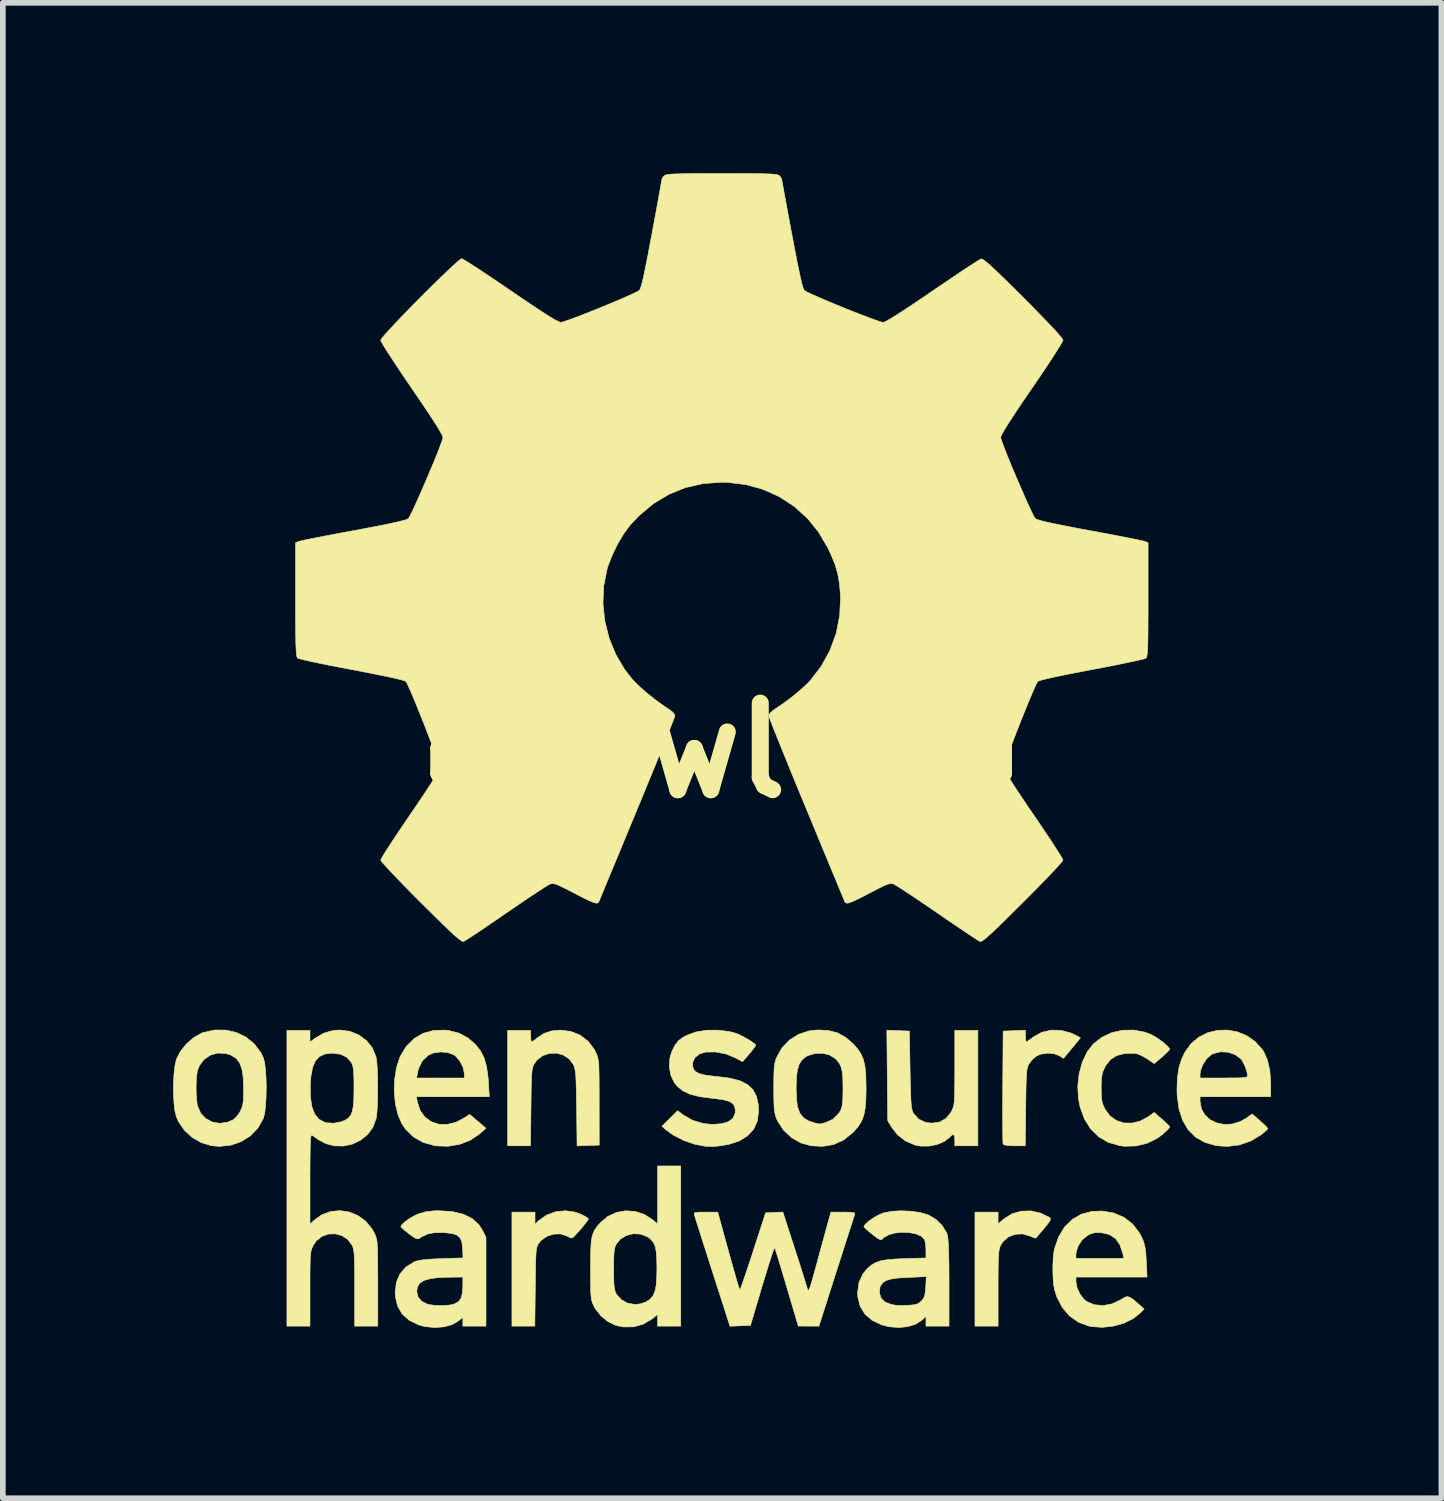
<source format=kicad_pcb>
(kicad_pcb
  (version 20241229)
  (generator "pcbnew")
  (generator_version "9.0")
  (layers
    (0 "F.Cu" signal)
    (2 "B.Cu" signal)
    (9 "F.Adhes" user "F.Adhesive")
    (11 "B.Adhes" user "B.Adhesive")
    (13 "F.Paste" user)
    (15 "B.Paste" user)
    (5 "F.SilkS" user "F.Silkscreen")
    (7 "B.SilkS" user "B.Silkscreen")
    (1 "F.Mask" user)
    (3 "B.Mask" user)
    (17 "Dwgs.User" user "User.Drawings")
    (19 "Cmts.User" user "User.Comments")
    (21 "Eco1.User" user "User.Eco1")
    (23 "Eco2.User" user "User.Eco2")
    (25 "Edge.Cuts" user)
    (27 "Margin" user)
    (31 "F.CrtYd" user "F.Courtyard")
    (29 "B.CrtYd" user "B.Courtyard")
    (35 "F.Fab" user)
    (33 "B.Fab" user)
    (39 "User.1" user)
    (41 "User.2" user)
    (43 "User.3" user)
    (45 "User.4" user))
  (footprint "oshwlogo"
    (layer "F.Cu")
    (at 9.647 10.165)
    (property "Reference" "oshwlogo" (at 0 0 0) (layer "F.SilkS") (effects (font (size 1.524 1.524) (thickness 0.3))))
    (attr through_hole)
    (fp_poly (pts (xy 5.623 8.144) (xy 5.785 8.223) (xy 5.789 8.227) (xy 5.801 8.246) (xy 5.79 8.28) (xy 5.751 8.336) (xy 5.689 8.412) (xy 5.625 8.487) (xy 5.575 8.546) (xy 5.547 8.58) (xy 5.544 8.583) (xy 5.519 8.581) (xy 5.465 8.56) (xy 5.447 8.552) (xy 5.314 8.512) (xy 5.182 8.517) (xy 5.062 8.562) (xy 4.965 8.645) (xy 4.921 8.713) (xy 4.908 8.745) (xy 4.897 8.786) (xy 4.889 8.841) (xy 4.884 8.917) (xy 4.88 9.021) (xy 4.878 9.158) (xy 4.877 9.336) (xy 4.877 9.468) (xy 4.877 10.135) (xy 4.47 10.135) (xy 4.47 8.128) (xy 4.877 8.128) (xy 4.877 8.335) (xy 4.979 8.247) (xy 5.121 8.158) (xy 5.281 8.111) (xy 5.452 8.106) (xy 5.623 8.144)) (stroke (width 0.01) (type solid)) (fill yes) (layer "F.SilkS"))
    (fp_poly (pts (xy -2.571 8.128) (xy -2.47 8.165) (xy -2.398 8.201) (xy -2.35 8.231) (xy -2.337 8.244) (xy -2.352 8.275) (xy -2.393 8.33) (xy -2.448 8.399) (xy -2.509 8.47) (xy -2.566 8.532) (xy -2.609 8.573) (xy -2.627 8.584) (xy -2.668 8.572) (xy -2.718 8.547) (xy -2.828 8.511) (xy -2.949 8.515) (xy -3.068 8.554) (xy -3.168 8.624) (xy -3.203 8.665) (xy -3.221 8.691) (xy -3.235 8.719) (xy -3.246 8.753) (xy -3.254 8.801) (xy -3.26 8.868) (xy -3.264 8.961) (xy -3.267 9.086) (xy -3.269 9.251) (xy -3.272 9.442) (xy -3.28 10.135) (xy -3.683 10.135) (xy -3.683 8.128) (xy -3.277 8.128) (xy -3.277 8.341) (xy -3.207 8.274) (xy -3.071 8.178) (xy -2.912 8.121) (xy -2.742 8.103) (xy -2.571 8.128)) (stroke (width 0.01) (type solid)) (fill yes) (layer "F.SilkS"))
    (fp_poly (pts (xy 3.315 4.94) (xy 3.327 5.626) (xy 3.332 5.834) (xy 3.336 5.997) (xy 3.34 6.122) (xy 3.346 6.215) (xy 3.353 6.282) (xy 3.363 6.33) (xy 3.374 6.365) (xy 3.388 6.391) (xy 3.475 6.488) (xy 3.592 6.545) (xy 3.707 6.561) (xy 3.846 6.542) (xy 3.959 6.479) (xy 4.046 6.373) (xy 4.058 6.35) (xy 4.075 6.314) (xy 4.089 6.277) (xy 4.099 6.233) (xy 4.106 6.176) (xy 4.11 6.097) (xy 4.113 5.992) (xy 4.114 5.851) (xy 4.115 5.67) (xy 4.115 5.583) (xy 4.115 4.928) (xy 4.521 4.928) (xy 4.521 6.96) (xy 4.115 6.96) (xy 4.115 6.858) (xy 4.109 6.785) (xy 4.089 6.76) (xy 4.052 6.781) (xy 4.023 6.811) (xy 3.929 6.884) (xy 3.802 6.937) (xy 3.657 6.965) (xy 3.51 6.965) (xy 3.421 6.949) (xy 3.252 6.878) (xy 3.107 6.766) (xy 3.01 6.643) (xy 2.934 6.519) (xy 2.926 5.722) (xy 2.918 4.925) (xy 3.315 4.94)) (stroke (width 0.01) (type solid)) (fill yes) (layer "F.SilkS"))
    (fp_poly (pts (xy 5.987 4.927) (xy 6.161 4.975) (xy 6.218 5.001) (xy 6.327 5.057) (xy 6.251 5.151) (xy 6.185 5.232) (xy 6.116 5.316) (xy 6.102 5.333) (xy 6.027 5.421) (xy 5.956 5.374) (xy 5.863 5.338) (xy 5.748 5.329) (xy 5.632 5.346) (xy 5.558 5.376) (xy 5.489 5.432) (xy 5.429 5.505) (xy 5.424 5.513) (xy 5.408 5.542) (xy 5.396 5.576) (xy 5.386 5.621) (xy 5.379 5.683) (xy 5.374 5.769) (xy 5.37 5.884) (xy 5.367 6.036) (xy 5.364 6.231) (xy 5.364 6.28) (xy 5.355 6.96) (xy 5.166 6.96) (xy 5.051 6.955) (xy 4.984 6.943) (xy 4.965 6.928) (xy 4.962 6.896) (xy 4.96 6.819) (xy 4.959 6.703) (xy 4.958 6.553) (xy 4.957 6.375) (xy 4.958 6.176) (xy 4.959 5.959) (xy 4.959 5.918) (xy 4.966 4.94) (xy 5.163 4.933) (xy 5.359 4.925) (xy 5.359 5.028) (xy 5.362 5.092) (xy 5.369 5.128) (xy 5.372 5.131) (xy 5.397 5.117) (xy 5.45 5.08) (xy 5.497 5.045) (xy 5.645 4.962) (xy 5.812 4.923) (xy 5.987 4.927)) (stroke (width 0.01) (type solid)) (fill yes) (layer "F.SilkS"))
    (fp_poly (pts (xy -2.648 4.945) (xy -2.483 5.011) (xy -2.343 5.117) (xy -2.235 5.259) (xy -2.207 5.315) (xy -2.19 5.355) (xy -2.176 5.393) (xy -2.166 5.436) (xy -2.158 5.491) (xy -2.153 5.563) (xy -2.15 5.659) (xy -2.148 5.786) (xy -2.147 5.95) (xy -2.147 6.157) (xy -2.147 6.198) (xy -2.146 6.947) (xy -2.341 6.954) (xy -2.536 6.962) (xy -2.544 6.294) (xy -2.547 6.088) (xy -2.551 5.926) (xy -2.555 5.802) (xy -2.56 5.71) (xy -2.568 5.642) (xy -2.578 5.592) (xy -2.59 5.553) (xy -2.6 5.531) (xy -2.676 5.429) (xy -2.779 5.362) (xy -2.897 5.329) (xy -3.02 5.332) (xy -3.137 5.371) (xy -3.238 5.445) (xy -3.288 5.513) (xy -3.304 5.542) (xy -3.316 5.576) (xy -3.326 5.621) (xy -3.333 5.682) (xy -3.338 5.768) (xy -3.342 5.883) (xy -3.345 6.034) (xy -3.347 6.229) (xy -3.348 6.28) (xy -3.356 6.96) (xy -3.759 6.96) (xy -3.759 4.928) (xy -3.353 4.928) (xy -3.353 5.029) (xy -3.349 5.093) (xy -3.341 5.128) (xy -3.337 5.131) (xy -3.31 5.116) (xy -3.261 5.079) (xy -3.242 5.063) (xy -3.118 4.981) (xy -2.981 4.936) (xy -2.832 4.923) (xy -2.648 4.945)) (stroke (width 0.01) (type solid)) (fill yes) (layer "F.SilkS"))
    (fp_poly (pts (xy -4.792 4.931) (xy -4.611 4.978) (xy -4.458 5.06) (xy -4.329 5.172) (xy -4.239 5.283) (xy -4.174 5.411) (xy -4.13 5.565) (xy -4.103 5.756) (xy -4.098 5.831) (xy -4.082 6.096) (xy -5.365 6.096) (xy -5.347 6.191) (xy -5.298 6.34) (xy -5.214 6.456) (xy -5.103 6.536) (xy -4.971 6.58) (xy -4.825 6.584) (xy -4.671 6.546) (xy -4.526 6.471) (xy -4.428 6.406) (xy -4.284 6.528) (xy -4.141 6.651) (xy -4.257 6.754) (xy -4.416 6.861) (xy -4.603 6.934) (xy -4.807 6.968) (xy -5.015 6.961) (xy -5.043 6.957) (xy -5.244 6.901) (xy -5.415 6.805) (xy -5.554 6.67) (xy -5.621 6.571) (xy -5.691 6.409) (xy -5.736 6.216) (xy -5.755 6.005) (xy -5.748 5.79) (xy -5.744 5.766) (xy -5.362 5.766) (xy -4.521 5.766) (xy -4.521 5.689) (xy -4.541 5.585) (xy -4.594 5.478) (xy -4.666 5.389) (xy -4.706 5.358) (xy -4.813 5.318) (xy -4.938 5.307) (xy -5.062 5.324) (xy -5.157 5.366) (xy -5.261 5.465) (xy -5.327 5.598) (xy -5.345 5.671) (xy -5.362 5.766) (xy -5.744 5.766) (xy -5.716 5.585) (xy -5.657 5.402) (xy -5.65 5.386) (xy -5.544 5.21) (xy -5.408 5.074) (xy -5.246 4.979) (xy -5.061 4.928) (xy -4.859 4.923) (xy -4.792 4.931)) (stroke (width 0.01) (type solid)) (fill yes) (layer "F.SilkS"))
    (fp_poly (pts (xy 7.465 4.96) (xy 7.575 5.003) (xy 7.65 5.045) (xy 7.731 5.099) (xy 7.807 5.157) (xy 7.866 5.211) (xy 7.897 5.25) (xy 7.899 5.258) (xy 7.881 5.284) (xy 7.834 5.332) (xy 7.767 5.392) (xy 7.763 5.396) (xy 7.626 5.513) (xy 7.494 5.423) (xy 7.408 5.374) (xy 7.327 5.34) (xy 7.281 5.33) (xy 7.105 5.335) (xy 6.966 5.371) (xy 6.858 5.439) (xy 6.775 5.543) (xy 6.758 5.575) (xy 6.726 5.643) (xy 6.707 5.708) (xy 6.697 5.787) (xy 6.693 5.894) (xy 6.693 5.944) (xy 6.695 6.065) (xy 6.702 6.152) (xy 6.718 6.221) (xy 6.745 6.286) (xy 6.758 6.312) (xy 6.845 6.432) (xy 6.961 6.515) (xy 7.095 6.558) (xy 7.241 6.56) (xy 7.39 6.52) (xy 7.513 6.452) (xy 7.625 6.373) (xy 7.762 6.491) (xy 7.83 6.551) (xy 7.879 6.599) (xy 7.899 6.626) (xy 7.899 6.627) (xy 7.881 6.657) (xy 7.832 6.706) (xy 7.766 6.763) (xy 7.694 6.817) (xy 7.684 6.824) (xy 7.505 6.914) (xy 7.306 6.962) (xy 7.098 6.968) (xy 7.016 6.957) (xy 6.818 6.9) (xy 6.648 6.8) (xy 6.506 6.661) (xy 6.397 6.486) (xy 6.321 6.278) (xy 6.292 6.132) (xy 6.28 5.91) (xy 6.304 5.691) (xy 6.36 5.487) (xy 6.446 5.306) (xy 6.548 5.173) (xy 6.698 5.052) (xy 6.875 4.969) (xy 7.068 4.925) (xy 7.268 4.922) (xy 7.465 4.96)) (stroke (width 0.01) (type solid)) (fill yes) (layer "F.SilkS"))
    (fp_poly (pts (xy 6.913 8.143) (xy 7.094 8.22) (xy 7.246 8.338) (xy 7.366 8.495) (xy 7.41 8.578) (xy 7.442 8.657) (xy 7.463 8.74) (xy 7.477 8.842) (xy 7.486 8.977) (xy 7.487 8.995) (xy 7.5 9.271) (xy 6.248 9.271) (xy 6.248 9.352) (xy 6.267 9.458) (xy 6.317 9.568) (xy 6.387 9.66) (xy 6.437 9.702) (xy 6.575 9.759) (xy 6.728 9.772) (xy 6.885 9.743) (xy 7.036 9.672) (xy 7.05 9.662) (xy 7.106 9.628) (xy 7.151 9.615) (xy 7.197 9.627) (xy 7.257 9.666) (xy 7.34 9.737) (xy 7.353 9.749) (xy 7.448 9.833) (xy 7.389 9.895) (xy 7.258 10.001) (xy 7.094 10.082) (xy 6.908 10.135) (xy 6.713 10.156) (xy 6.522 10.143) (xy 6.47 10.132) (xy 6.29 10.065) (xy 6.135 9.955) (xy 6.008 9.807) (xy 5.913 9.626) (xy 5.87 9.49) (xy 5.852 9.379) (xy 5.843 9.236) (xy 5.841 9.081) (xy 5.848 8.932) (xy 5.855 8.873) (xy 6.248 8.873) (xy 6.248 8.941) (xy 7.091 8.941) (xy 7.073 8.858) (xy 7.023 8.705) (xy 6.946 8.594) (xy 6.839 8.523) (xy 6.7 8.49) (xy 6.691 8.489) (xy 6.591 8.488) (xy 6.511 8.508) (xy 6.454 8.536) (xy 6.362 8.612) (xy 6.291 8.715) (xy 6.252 8.827) (xy 6.248 8.873) (xy 5.855 8.873) (xy 5.863 8.807) (xy 5.87 8.772) (xy 5.943 8.563) (xy 6.047 8.39) (xy 6.182 8.257) (xy 6.343 8.164) (xy 6.529 8.115) (xy 6.706 8.108) (xy 6.913 8.143)) (stroke (width 0.01) (type solid)) (fill yes) (layer "F.SilkS"))
    (fp_poly (pts (xy -8.721 4.922) (xy -8.534 4.965) (xy -8.365 5.047) (xy -8.22 5.166) (xy -8.106 5.317) (xy -8.06 5.41) (xy -8.038 5.495) (xy -8.023 5.617) (xy -8.013 5.766) (xy -8.009 5.928) (xy -8.012 6.091) (xy -8.02 6.243) (xy -8.035 6.371) (xy -8.056 6.464) (xy -8.06 6.477) (xy -8.155 6.645) (xy -8.286 6.782) (xy -8.446 6.884) (xy -8.628 6.948) (xy -8.827 6.97) (xy -8.973 6.958) (xy -9.151 6.905) (xy -9.315 6.811) (xy -9.453 6.683) (xy -9.557 6.529) (xy -9.593 6.444) (xy -9.618 6.34) (xy -9.634 6.199) (xy -9.642 6.036) (xy -9.642 5.989) (xy -9.244 5.989) (xy -9.237 6.123) (xy -9.224 6.234) (xy -9.218 6.261) (xy -9.163 6.386) (xy -9.074 6.48) (xy -8.96 6.541) (xy -8.83 6.564) (xy -8.694 6.546) (xy -8.598 6.505) (xy -8.54 6.457) (xy -8.484 6.384) (xy -8.465 6.35) (xy -8.439 6.294) (xy -8.422 6.235) (xy -8.413 6.163) (xy -8.409 6.063) (xy -8.408 5.945) (xy -8.415 5.753) (xy -8.438 5.606) (xy -8.479 5.495) (xy -8.543 5.416) (xy -8.631 5.363) (xy -8.723 5.334) (xy -8.864 5.327) (xy -8.995 5.364) (xy -9.106 5.441) (xy -9.187 5.551) (xy -9.219 5.632) (xy -9.235 5.725) (xy -9.243 5.85) (xy -9.244 5.989) (xy -9.642 5.989) (xy -9.642 5.865) (xy -9.634 5.701) (xy -9.618 5.556) (xy -9.594 5.446) (xy -9.591 5.436) (xy -9.52 5.297) (xy -9.414 5.165) (xy -9.285 5.054) (xy -9.148 4.976) (xy -9.118 4.965) (xy -8.918 4.921) (xy -8.721 4.922)) (stroke (width 0.01) (type solid)) (fill yes) (layer "F.SilkS"))
    (fp_poly (pts (xy 9.091 4.954) (xy 9.256 5.022) (xy 9.405 5.126) (xy 9.531 5.267) (xy 9.555 5.303) (xy 9.62 5.45) (xy 9.662 5.637) (xy 9.677 5.859) (xy 9.677 5.874) (xy 9.677 6.096) (xy 8.433 6.096) (xy 8.433 6.173) (xy 8.455 6.305) (xy 8.517 6.415) (xy 8.61 6.5) (xy 8.727 6.557) (xy 8.859 6.584) (xy 9.001 6.576) (xy 9.142 6.533) (xy 9.241 6.477) (xy 9.35 6.4) (xy 9.488 6.52) (xy 9.556 6.58) (xy 9.605 6.629) (xy 9.626 6.655) (xy 9.627 6.656) (xy 9.608 6.68) (xy 9.56 6.723) (xy 9.509 6.765) (xy 9.329 6.874) (xy 9.126 6.944) (xy 8.91 6.971) (xy 8.718 6.957) (xy 8.52 6.901) (xy 8.354 6.807) (xy 8.222 6.674) (xy 8.124 6.505) (xy 8.059 6.298) (xy 8.029 6.055) (xy 8.027 5.956) (xy 8.035 5.753) (xy 8.044 5.698) (xy 8.433 5.698) (xy 8.433 5.766) (xy 8.852 5.766) (xy 9.007 5.765) (xy 9.119 5.764) (xy 9.194 5.76) (xy 9.239 5.753) (xy 9.262 5.743) (xy 9.27 5.728) (xy 9.27 5.721) (xy 9.255 5.644) (xy 9.221 5.55) (xy 9.178 5.466) (xy 9.153 5.431) (xy 9.052 5.355) (xy 8.926 5.312) (xy 8.793 5.305) (xy 8.666 5.337) (xy 8.624 5.359) (xy 8.549 5.427) (xy 8.485 5.525) (xy 8.443 5.63) (xy 8.433 5.698) (xy 8.044 5.698) (xy 8.062 5.582) (xy 8.11 5.43) (xy 8.168 5.309) (xy 8.276 5.159) (xy 8.413 5.046) (xy 8.569 4.968) (xy 8.74 4.927) (xy 8.916 4.922) (xy 9.091 4.954)) (stroke (width 0.01) (type solid)) (fill yes) (layer "F.SilkS"))
    (fp_poly (pts (xy -0.711 10.135) (xy -1.118 10.135) (xy -1.118 9.929) (xy -1.216 10.008) (xy -1.37 10.1) (xy -1.542 10.148) (xy -1.724 10.149) (xy -1.855 10.121) (xy -1.991 10.056) (xy -2.117 9.953) (xy -2.216 9.827) (xy -2.239 9.785) (xy -2.259 9.742) (xy -2.274 9.701) (xy -2.285 9.652) (xy -2.292 9.588) (xy -2.296 9.501) (xy -2.298 9.383) (xy -2.299 9.227) (xy -2.299 9.131) (xy -1.892 9.131) (xy -1.891 9.277) (xy -1.888 9.383) (xy -1.881 9.457) (xy -1.87 9.511) (xy -1.852 9.555) (xy -1.841 9.576) (xy -1.758 9.669) (xy -1.645 9.731) (xy -1.513 9.754) (xy -1.511 9.754) (xy -1.419 9.742) (xy -1.33 9.713) (xy -1.323 9.709) (xy -1.252 9.664) (xy -1.201 9.604) (xy -1.165 9.523) (xy -1.143 9.413) (xy -1.133 9.265) (xy -1.13 9.119) (xy -1.133 8.949) (xy -1.143 8.821) (xy -1.162 8.726) (xy -1.194 8.657) (xy -1.241 8.603) (xy -1.303 8.559) (xy -1.421 8.514) (xy -1.548 8.508) (xy -1.671 8.54) (xy -1.776 8.605) (xy -1.847 8.692) (xy -1.866 8.735) (xy -1.879 8.79) (xy -1.887 8.865) (xy -1.891 8.971) (xy -1.892 9.117) (xy -1.892 9.131) (xy -2.299 9.131) (xy -2.298 8.936) (xy -2.295 8.783) (xy -2.288 8.665) (xy -2.275 8.574) (xy -2.255 8.503) (xy -2.226 8.442) (xy -2.186 8.385) (xy -2.134 8.323) (xy -2.131 8.319) (xy -2 8.206) (xy -1.847 8.134) (xy -1.682 8.104) (xy -1.513 8.116) (xy -1.349 8.17) (xy -1.2 8.266) (xy -1.118 8.336) (xy -1.118 7.315) (xy -0.711 7.315) (xy -0.711 10.135)) (stroke (width 0.01) (type solid)) (fill yes) (layer "F.SilkS"))
    (fp_poly (pts (xy -4.735 8.118) (xy -4.539 8.164) (xy -4.382 8.242) (xy -4.264 8.351) (xy -4.204 8.444) (xy -4.14 8.57) (xy -4.14 10.135) (xy -4.547 10.135) (xy -4.547 9.978) (xy -4.624 10.042) (xy -4.737 10.109) (xy -4.882 10.148) (xy -5.045 10.16) (xy -5.213 10.143) (xy -5.328 10.112) (xy -5.491 10.033) (xy -5.614 9.923) (xy -5.696 9.783) (xy -5.735 9.616) (xy -5.739 9.538) (xy -5.738 9.525) (xy -5.359 9.525) (xy -5.336 9.623) (xy -5.27 9.7) (xy -5.168 9.75) (xy -5.152 9.754) (xy -5.039 9.77) (xy -4.91 9.774) (xy -4.787 9.765) (xy -4.7 9.746) (xy -4.625 9.705) (xy -4.577 9.64) (xy -4.553 9.54) (xy -4.547 9.43) (xy -4.547 9.271) (xy -4.769 9.273) (xy -4.968 9.279) (xy -5.121 9.299) (xy -5.232 9.331) (xy -5.307 9.38) (xy -5.348 9.446) (xy -5.359 9.525) (xy -5.738 9.525) (xy -5.717 9.362) (xy -5.653 9.213) (xy -5.548 9.093) (xy -5.403 9.004) (xy -5.397 9.001) (xy -5.335 8.982) (xy -5.249 8.967) (xy -5.13 8.956) (xy -4.971 8.948) (xy -4.92 8.946) (xy -4.544 8.934) (xy -4.552 8.769) (xy -4.564 8.658) (xy -4.595 8.581) (xy -4.651 8.532) (xy -4.741 8.503) (xy -4.873 8.489) (xy -4.899 8.488) (xy -5.051 8.49) (xy -5.172 8.514) (xy -5.277 8.565) (xy -5.311 8.588) (xy -5.34 8.599) (xy -5.38 8.588) (xy -5.44 8.55) (xy -5.495 8.51) (xy -5.566 8.454) (xy -5.617 8.408) (xy -5.639 8.382) (xy -5.639 8.382) (xy -5.618 8.345) (xy -5.563 8.295) (xy -5.486 8.24) (xy -5.399 8.19) (xy -5.322 8.156) (xy -5.199 8.121) (xy -5.058 8.105) (xy -4.97 8.103) (xy -4.735 8.118)) (stroke (width 0.01) (type solid)) (fill yes) (layer "F.SilkS"))
    (fp_poly (pts (xy 0.151 4.95) (xy 0.252 4.976) (xy 0.318 5.002) (xy 0.398 5.043) (xy 0.48 5.089) (xy 0.551 5.135) (xy 0.598 5.171) (xy 0.61 5.189) (xy 0.594 5.217) (xy 0.553 5.272) (xy 0.496 5.342) (xy 0.493 5.345) (xy 0.377 5.479) (xy 0.245 5.408) (xy 0.08 5.341) (xy -0.102 5.307) (xy -0.276 5.31) (xy -0.277 5.31) (xy -0.383 5.344) (xy -0.461 5.407) (xy -0.5 5.49) (xy -0.503 5.544) (xy -0.488 5.606) (xy -0.453 5.652) (xy -0.391 5.687) (xy -0.295 5.712) (xy -0.16 5.731) (xy -0.064 5.741) (xy 0.157 5.769) (xy 0.332 5.815) (xy 0.465 5.882) (xy 0.561 5.972) (xy 0.623 6.09) (xy 0.655 6.237) (xy 0.66 6.355) (xy 0.638 6.524) (xy 0.573 6.668) (xy 0.465 6.785) (xy 0.317 6.875) (xy 0.129 6.937) (xy -0.064 6.966) (xy -0.16 6.971) (xy -0.252 6.97) (xy -0.279 6.968) (xy -0.471 6.931) (xy -0.666 6.862) (xy -0.844 6.77) (xy -0.96 6.687) (xy -1.043 6.617) (xy -0.765 6.342) (xy -0.672 6.413) (xy -0.503 6.511) (xy -0.31 6.568) (xy -0.155 6.583) (xy 0.009 6.571) (xy 0.132 6.534) (xy 0.212 6.471) (xy 0.248 6.383) (xy 0.249 6.32) (xy 0.234 6.257) (xy 0.198 6.21) (xy 0.134 6.174) (xy 0.036 6.149) (xy -0.103 6.129) (xy -0.178 6.121) (xy -0.382 6.094) (xy -0.543 6.053) (xy -0.669 5.994) (xy -0.767 5.916) (xy -0.821 5.851) (xy -0.885 5.719) (xy -0.912 5.566) (xy -0.901 5.409) (xy -0.866 5.295) (xy -0.811 5.187) (xy -0.753 5.112) (xy -0.676 5.053) (xy -0.606 5.015) (xy -0.444 4.956) (xy -0.254 4.925) (xy -0.051 4.923) (xy 0.151 4.95)) (stroke (width 0.01) (type solid)) (fill yes) (layer "F.SilkS"))
    (fp_poly (pts (xy 1.894 4.931) (xy 2.051 4.972) (xy 2.19 5.048) (xy 2.316 5.156) (xy 2.399 5.248) (xy 2.461 5.338) (xy 2.504 5.438) (xy 2.532 5.556) (xy 2.547 5.703) (xy 2.552 5.887) (xy 2.553 5.944) (xy 2.549 6.14) (xy 2.537 6.296) (xy 2.513 6.421) (xy 2.474 6.524) (xy 2.417 6.616) (xy 2.34 6.706) (xy 2.316 6.731) (xy 2.157 6.857) (xy 1.982 6.937) (xy 1.786 6.97) (xy 1.584 6.959) (xy 1.403 6.909) (xy 1.239 6.815) (xy 1.1 6.685) (xy 0.996 6.525) (xy 0.974 6.477) (xy 0.956 6.424) (xy 0.943 6.363) (xy 0.934 6.285) (xy 0.929 6.179) (xy 0.927 6.037) (xy 0.927 5.944) (xy 0.927 5.942) (xy 1.321 5.942) (xy 1.321 5.944) (xy 1.327 6.132) (xy 1.347 6.278) (xy 1.387 6.387) (xy 1.45 6.466) (xy 1.54 6.522) (xy 1.663 6.562) (xy 1.727 6.576) (xy 1.757 6.571) (xy 1.818 6.557) (xy 1.841 6.551) (xy 1.971 6.491) (xy 2.072 6.389) (xy 2.104 6.337) (xy 2.123 6.291) (xy 2.136 6.226) (xy 2.143 6.133) (xy 2.146 6.003) (xy 2.146 5.944) (xy 2.144 5.787) (xy 2.135 5.67) (xy 2.117 5.583) (xy 2.087 5.515) (xy 2.041 5.456) (xy 2.003 5.418) (xy 1.905 5.359) (xy 1.783 5.33) (xy 1.652 5.334) (xy 1.53 5.371) (xy 1.486 5.395) (xy 1.42 5.452) (xy 1.373 5.527) (xy 1.343 5.628) (xy 1.326 5.764) (xy 1.321 5.942) (xy 0.927 5.942) (xy 0.928 5.778) (xy 0.931 5.654) (xy 0.938 5.563) (xy 0.948 5.493) (xy 0.964 5.438) (xy 0.974 5.41) (xy 1.07 5.238) (xy 1.202 5.099) (xy 1.364 4.997) (xy 1.55 4.936) (xy 1.707 4.92) (xy 1.894 4.931)) (stroke (width 0.01) (type solid)) (fill yes) (layer "F.SilkS"))
    (fp_poly (pts (xy 3.344 8.112) (xy 3.506 8.135) (xy 3.639 8.173) (xy 3.652 8.178) (xy 3.786 8.259) (xy 3.897 8.369) (xy 3.971 8.495) (xy 3.984 8.531) (xy 3.994 8.594) (xy 4.002 8.708) (xy 4.008 8.87) (xy 4.012 9.082) (xy 4.013 9.343) (xy 4.013 9.382) (xy 4.013 10.135) (xy 3.607 10.135) (xy 3.607 9.962) (xy 3.533 10.031) (xy 3.425 10.101) (xy 3.284 10.144) (xy 3.125 10.16) (xy 2.959 10.146) (xy 2.828 10.113) (xy 2.66 10.033) (xy 2.534 9.925) (xy 2.45 9.789) (xy 2.408 9.625) (xy 2.404 9.547) (xy 2.787 9.547) (xy 2.815 9.637) (xy 2.877 9.704) (xy 2.912 9.722) (xy 2.99 9.75) (xy 3.06 9.766) (xy 3.139 9.771) (xy 3.247 9.769) (xy 3.272 9.769) (xy 3.374 9.762) (xy 3.441 9.75) (xy 3.487 9.727) (xy 3.525 9.694) (xy 3.562 9.65) (xy 3.584 9.599) (xy 3.597 9.524) (xy 3.603 9.445) (xy 3.613 9.263) (xy 3.297 9.277) (xy 3.128 9.287) (xy 3.002 9.304) (xy 2.912 9.329) (xy 2.852 9.365) (xy 2.813 9.414) (xy 2.797 9.45) (xy 2.787 9.547) (xy 2.404 9.547) (xy 2.404 9.539) (xy 2.427 9.367) (xy 2.495 9.217) (xy 2.582 9.114) (xy 2.649 9.058) (xy 2.721 9.016) (xy 2.808 8.986) (xy 2.919 8.966) (xy 3.062 8.954) (xy 3.232 8.946) (xy 3.607 8.935) (xy 3.607 8.796) (xy 3.602 8.708) (xy 3.589 8.635) (xy 3.579 8.607) (xy 3.523 8.55) (xy 3.431 8.511) (xy 3.315 8.488) (xy 3.189 8.483) (xy 3.064 8.495) (xy 2.954 8.525) (xy 2.869 8.572) (xy 2.849 8.593) (xy 2.827 8.612) (xy 2.8 8.611) (xy 2.756 8.588) (xy 2.687 8.537) (xy 2.664 8.52) (xy 2.592 8.461) (xy 2.539 8.413) (xy 2.515 8.384) (xy 2.515 8.382) (xy 2.536 8.344) (xy 2.591 8.293) (xy 2.668 8.238) (xy 2.755 8.186) (xy 2.84 8.148) (xy 2.868 8.139) (xy 3.006 8.113) (xy 3.171 8.104) (xy 3.344 8.112)) (stroke (width 0.01) (type solid)) (fill yes) (layer "F.SilkS"))
    (fp_poly (pts (xy 1.291 8.756) (xy 1.347 8.929) (xy 1.399 9.09) (xy 1.443 9.231) (xy 1.479 9.345) (xy 1.503 9.424) (xy 1.513 9.458) (xy 1.522 9.489) (xy 1.531 9.504) (xy 1.543 9.499) (xy 1.558 9.469) (xy 1.579 9.409) (xy 1.607 9.316) (xy 1.643 9.185) (xy 1.691 9.011) (xy 1.713 8.928) (xy 1.758 8.762) (xy 1.802 8.604) (xy 1.84 8.463) (xy 1.871 8.35) (xy 1.892 8.274) (xy 1.896 8.261) (xy 1.934 8.128) (xy 2.151 8.128) (xy 2.257 8.129) (xy 2.321 8.135) (xy 2.351 8.145) (xy 2.354 8.162) (xy 2.353 8.165) (xy 2.344 8.195) (xy 2.32 8.266) (xy 2.286 8.374) (xy 2.242 8.511) (xy 2.19 8.67) (xy 2.134 8.847) (xy 2.074 9.034) (xy 2.013 9.225) (xy 1.953 9.413) (xy 1.895 9.593) (xy 1.843 9.758) (xy 1.797 9.901) (xy 1.76 10.017) (xy 1.749 10.052) (xy 1.723 10.135) (xy 1.359 10.134) (xy 1.158 9.455) (xy 1.105 9.277) (xy 1.057 9.115) (xy 1.014 8.975) (xy 0.98 8.864) (xy 0.956 8.788) (xy 0.944 8.753) (xy 0.944 8.752) (xy 0.934 8.769) (xy 0.911 8.829) (xy 0.879 8.927) (xy 0.837 9.055) (xy 0.79 9.209) (xy 0.737 9.383) (xy 0.724 9.425) (xy 0.517 10.122) (xy 0.337 10.129) (xy 0.156 10.137) (xy -0.034 9.545) (xy -0.101 9.338) (xy -0.168 9.128) (xy -0.234 8.922) (xy -0.296 8.727) (xy -0.353 8.55) (xy -0.401 8.398) (xy -0.439 8.278) (xy -0.464 8.198) (xy -0.468 8.185) (xy -0.475 8.157) (xy -0.467 8.14) (xy -0.435 8.132) (xy -0.371 8.128) (xy -0.272 8.128) (xy -0.059 8.128) (xy 0.129 8.814) (xy 0.179 8.991) (xy 0.224 9.152) (xy 0.263 9.289) (xy 0.295 9.397) (xy 0.318 9.469) (xy 0.33 9.499) (xy 0.33 9.5) (xy 0.341 9.476) (xy 0.365 9.411) (xy 0.401 9.309) (xy 0.445 9.178) (xy 0.497 9.022) (xy 0.554 8.849) (xy 0.563 8.82) (xy 0.783 8.141) (xy 0.935 8.133) (xy 1.087 8.126) (xy 1.291 8.756)) (stroke (width 0.01) (type solid)) (fill yes) (layer "F.SilkS"))
    (fp_poly (pts (xy -6.536 4.944) (xy -6.378 5.008) (xy -6.244 5.108) (xy -6.141 5.237) (xy -6.078 5.39) (xy -6.073 5.41) (xy -6.061 5.495) (xy -6.053 5.618) (xy -6.048 5.767) (xy -6.046 5.929) (xy -6.047 6.093) (xy -6.052 6.245) (xy -6.06 6.373) (xy -6.071 6.466) (xy -6.073 6.477) (xy -6.13 6.632) (xy -6.224 6.761) (xy -6.348 6.861) (xy -6.493 6.93) (xy -6.65 6.964) (xy -6.813 6.961) (xy -6.972 6.917) (xy -7.099 6.846) (xy -7.159 6.804) (xy -7.204 6.774) (xy -7.207 6.772) (xy -7.216 6.776) (xy -7.224 6.804) (xy -7.229 6.86) (xy -7.234 6.947) (xy -7.236 7.071) (xy -7.238 7.236) (xy -7.239 7.445) (xy -7.239 7.547) (xy -7.239 8.341) (xy -7.169 8.274) (xy -7.031 8.174) (xy -6.876 8.117) (xy -6.714 8.101) (xy -6.552 8.125) (xy -6.399 8.186) (xy -6.262 8.284) (xy -6.151 8.416) (xy -6.106 8.496) (xy -6.089 8.534) (xy -6.075 8.57) (xy -6.065 8.612) (xy -6.057 8.664) (xy -6.052 8.735) (xy -6.049 8.829) (xy -6.047 8.954) (xy -6.046 9.115) (xy -6.045 9.319) (xy -6.045 9.379) (xy -6.045 10.135) (xy -6.452 10.135) (xy -6.452 9.468) (xy -6.452 9.262) (xy -6.453 9.1) (xy -6.456 8.977) (xy -6.46 8.885) (xy -6.467 8.817) (xy -6.476 8.769) (xy -6.487 8.732) (xy -6.496 8.713) (xy -6.573 8.609) (xy -6.676 8.541) (xy -6.793 8.51) (xy -6.914 8.514) (xy -7.029 8.555) (xy -7.127 8.633) (xy -7.182 8.713) (xy -7.199 8.749) (xy -7.213 8.786) (xy -7.223 8.829) (xy -7.23 8.886) (xy -7.235 8.964) (xy -7.237 9.07) (xy -7.239 9.21) (xy -7.239 9.391) (xy -7.239 9.48) (xy -7.239 10.135) (xy -7.645 10.135) (xy -7.645 5.88) (xy -7.234 5.88) (xy -7.232 6.097) (xy -7.206 6.271) (xy -7.155 6.403) (xy -7.078 6.495) (xy -6.974 6.548) (xy -6.955 6.553) (xy -6.824 6.563) (xy -6.688 6.537) (xy -6.623 6.511) (xy -6.566 6.475) (xy -6.524 6.427) (xy -6.495 6.359) (xy -6.477 6.265) (xy -6.467 6.136) (xy -6.464 5.965) (xy -6.464 5.944) (xy -6.465 5.791) (xy -6.469 5.679) (xy -6.476 5.6) (xy -6.488 5.543) (xy -6.506 5.5) (xy -6.509 5.493) (xy -6.587 5.402) (xy -6.7 5.347) (xy -6.847 5.329) (xy -6.854 5.329) (xy -6.978 5.344) (xy -7.074 5.389) (xy -7.145 5.467) (xy -7.194 5.584) (xy -7.223 5.743) (xy -7.234 5.88) (xy -7.645 5.88) (xy -7.645 4.928) (xy -7.239 4.928) (xy -7.239 5.133) (xy -7.155 5.069) (xy -6.999 4.977) (xy -6.829 4.929) (xy -6.71 4.921) (xy -6.536 4.944)) (stroke (width 0.01) (type solid)) (fill yes) (layer "F.SilkS"))
    (fp_poly (pts (xy 0.264 -10.16) (xy 0.47 -10.159) (xy 0.634 -10.158) (xy 0.763 -10.155) (xy 0.859 -10.152) (xy 0.928 -10.147) (xy 0.976 -10.141) (xy 1.006 -10.133) (xy 1.024 -10.123) (xy 1.027 -10.12) (xy 1.059 -10.081) (xy 1.067 -10.063) (xy 1.071 -10.035) (xy 1.084 -9.963) (xy 1.104 -9.851) (xy 1.131 -9.707) (xy 1.163 -9.534) (xy 1.199 -9.34) (xy 1.238 -9.129) (xy 1.245 -9.094) (xy 1.295 -8.83) (xy 1.337 -8.612) (xy 1.373 -8.438) (xy 1.402 -8.304) (xy 1.426 -8.206) (xy 1.446 -8.141) (xy 1.462 -8.106) (xy 1.467 -8.1) (xy 1.504 -8.078) (xy 1.581 -8.041) (xy 1.689 -7.993) (xy 1.822 -7.935) (xy 1.972 -7.872) (xy 2.131 -7.807) (xy 2.292 -7.742) (xy 2.446 -7.682) (xy 2.586 -7.628) (xy 2.705 -7.584) (xy 2.794 -7.553) (xy 2.847 -7.538) (xy 2.854 -7.537) (xy 2.892 -7.552) (xy 2.969 -7.595) (xy 3.083 -7.665) (xy 3.231 -7.76) (xy 3.411 -7.88) (xy 3.621 -8.021) (xy 3.72 -8.09) (xy 3.902 -8.213) (xy 4.071 -8.328) (xy 4.224 -8.431) (xy 4.356 -8.518) (xy 4.462 -8.586) (xy 4.536 -8.633) (xy 4.574 -8.654) (xy 4.576 -8.655) (xy 4.597 -8.652) (xy 4.63 -8.632) (xy 4.68 -8.593) (xy 4.75 -8.532) (xy 4.842 -8.447) (xy 4.959 -8.334) (xy 5.105 -8.19) (xy 5.282 -8.014) (xy 5.324 -7.972) (xy 5.52 -7.775) (xy 5.685 -7.605) (xy 5.819 -7.465) (xy 5.92 -7.356) (xy 5.986 -7.278) (xy 6.017 -7.233) (xy 6.02 -7.225) (xy 6.006 -7.194) (xy 5.966 -7.125) (xy 5.903 -7.025) (xy 5.821 -6.897) (xy 5.723 -6.748) (xy 5.611 -6.581) (xy 5.489 -6.402) (xy 5.47 -6.375) (xy 5.306 -6.135) (xy 5.172 -5.935) (xy 5.067 -5.774) (xy 4.991 -5.651) (xy 4.943 -5.566) (xy 4.923 -5.518) (xy 4.923 -5.512) (xy 4.933 -5.47) (xy 4.962 -5.39) (xy 5.005 -5.278) (xy 5.059 -5.143) (xy 5.121 -4.991) (xy 5.189 -4.831) (xy 5.259 -4.669) (xy 5.327 -4.513) (xy 5.39 -4.37) (xy 5.446 -4.249) (xy 5.491 -4.155) (xy 5.522 -4.098) (xy 5.532 -4.085) (xy 5.562 -4.069) (xy 5.627 -4.049) (xy 5.73 -4.023) (xy 5.873 -3.992) (xy 6.059 -3.955) (xy 6.29 -3.91) (xy 6.49 -3.873) (xy 6.701 -3.834) (xy 6.898 -3.797) (xy 7.075 -3.763) (xy 7.226 -3.733) (xy 7.344 -3.709) (xy 7.425 -3.691) (xy 7.461 -3.682) (xy 7.518 -3.659) (xy 7.518 -2.658) (xy 7.518 -2.4) (xy 7.517 -2.189) (xy 7.516 -2.02) (xy 7.513 -1.887) (xy 7.51 -1.788) (xy 7.505 -1.716) (xy 7.498 -1.669) (xy 7.491 -1.64) (xy 7.482 -1.627) (xy 7.449 -1.615) (xy 7.372 -1.596) (xy 7.257 -1.57) (xy 7.109 -1.539) (xy 6.935 -1.503) (xy 6.74 -1.465) (xy 6.529 -1.425) (xy 6.528 -1.425) (xy 6.283 -1.378) (xy 6.068 -1.336) (xy 5.887 -1.298) (xy 5.745 -1.266) (xy 5.643 -1.241) (xy 5.586 -1.223) (xy 5.576 -1.217) (xy 5.556 -1.182) (xy 5.52 -1.106) (xy 5.473 -0.998) (xy 5.416 -0.863) (xy 5.354 -0.71) (xy 5.288 -0.547) (xy 5.222 -0.379) (xy 5.158 -0.214) (xy 5.1 -0.061) (xy 5.05 0.075) (xy 5.011 0.185) (xy 4.986 0.263) (xy 4.978 0.299) (xy 4.989 0.336) (xy 5.024 0.402) (xy 5.082 0.5) (xy 5.166 0.632) (xy 5.277 0.8) (xy 5.415 1.006) (xy 5.499 1.128) (xy 5.619 1.304) (xy 5.729 1.467) (xy 5.826 1.613) (xy 5.906 1.738) (xy 5.968 1.835) (xy 6.007 1.9) (xy 6.02 1.929) (xy 6.002 1.955) (xy 5.953 2.013) (xy 5.874 2.099) (xy 5.772 2.207) (xy 5.648 2.336) (xy 5.508 2.479) (xy 5.355 2.633) (xy 5.313 2.675) (xy 5.129 2.857) (xy 4.978 3.007) (xy 4.856 3.125) (xy 4.76 3.216) (xy 4.686 3.282) (xy 4.632 3.327) (xy 4.594 3.353) (xy 4.568 3.362) (xy 4.557 3.361) (xy 4.525 3.343) (xy 4.457 3.299) (xy 4.357 3.233) (xy 4.232 3.149) (xy 4.085 3.05) (xy 3.924 2.94) (xy 3.81 2.861) (xy 3.64 2.745) (xy 3.481 2.637) (xy 3.338 2.541) (xy 3.216 2.461) (xy 3.121 2.4) (xy 3.059 2.362) (xy 3.039 2.352) (xy 3.008 2.343) (xy 2.973 2.344) (xy 2.926 2.357) (xy 2.86 2.384) (xy 2.766 2.431) (xy 2.637 2.498) (xy 2.616 2.508) (xy 2.469 2.585) (xy 2.359 2.639) (xy 2.282 2.672) (xy 2.231 2.687) (xy 2.199 2.685) (xy 2.181 2.669) (xy 2.177 2.661) (xy 2.165 2.632) (xy 2.136 2.561) (xy 2.09 2.451) (xy 2.03 2.305) (xy 1.956 2.128) (xy 1.872 1.924) (xy 1.777 1.696) (xy 1.675 1.448) (xy 1.566 1.185) (xy 1.501 1.029) (xy 1.389 0.758) (xy 1.283 0.501) (xy 1.185 0.26) (xy 1.096 0.041) (xy 1.017 -0.154) (xy 0.951 -0.319) (xy 0.898 -0.452) (xy 0.861 -0.548) (xy 0.841 -0.603) (xy 0.838 -0.615) (xy 0.858 -0.654) (xy 0.911 -0.703) (xy 0.946 -0.728) (xy 1.094 -0.828) (xy 1.249 -0.944) (xy 1.395 -1.065) (xy 1.519 -1.179) (xy 1.574 -1.237) (xy 1.767 -1.489) (xy 1.919 -1.768) (xy 2.027 -2.066) (xy 2.088 -2.379) (xy 2.103 -2.7) (xy 2.1 -2.754) (xy 2.083 -2.947) (xy 2.053 -3.115) (xy 2.006 -3.277) (xy 1.935 -3.45) (xy 1.879 -3.569) (xy 1.716 -3.847) (xy 1.517 -4.092) (xy 1.285 -4.3) (xy 1.026 -4.469) (xy 0.741 -4.598) (xy 0.437 -4.682) (xy 0.115 -4.721) (xy 0.013 -4.724) (xy -0.317 -4.7) (xy -0.629 -4.629) (xy -0.921 -4.51) (xy -1.194 -4.346) (xy -1.446 -4.135) (xy -1.603 -3.968) (xy -1.712 -3.821) (xy -1.819 -3.642) (xy -1.914 -3.448) (xy -1.988 -3.259) (xy -2.007 -3.199) (xy -2.067 -2.898) (xy -2.08 -2.59) (xy -2.048 -2.281) (xy -1.972 -1.979) (xy -1.854 -1.691) (xy -1.697 -1.424) (xy -1.549 -1.237) (xy -1.443 -1.132) (xy -1.308 -1.013) (xy -1.157 -0.893) (xy -1.003 -0.782) (xy -0.921 -0.728) (xy -0.857 -0.679) (xy -0.819 -0.634) (xy -0.813 -0.615) (xy -0.822 -0.585) (xy -0.85 -0.511) (xy -0.894 -0.399) (xy -0.952 -0.252) (xy -1.024 -0.073) (xy -1.107 0.133) (xy -1.201 0.362) (xy -1.303 0.61) (xy -1.411 0.874) (xy -1.476 1.029) (xy -1.588 1.299) (xy -1.694 1.556) (xy -1.793 1.796) (xy -1.884 2.014) (xy -1.964 2.207) (xy -2.032 2.371) (xy -2.086 2.502) (xy -2.125 2.597) (xy -2.147 2.65) (xy -2.152 2.661) (xy -2.166 2.681) (xy -2.192 2.688) (xy -2.235 2.679) (xy -2.302 2.653) (xy -2.399 2.607) (xy -2.532 2.539) (xy -2.591 2.508) (xy -2.726 2.438) (xy -2.824 2.39) (xy -2.894 2.359) (xy -2.942 2.345) (xy -2.978 2.343) (xy -3.01 2.35) (xy -3.014 2.352) (xy -3.052 2.373) (xy -3.126 2.419) (xy -3.23 2.487) (xy -3.36 2.573) (xy -3.51 2.674) (xy -3.673 2.785) (xy -3.785 2.861) (xy -3.953 2.977) (xy -4.11 3.084) (xy -4.25 3.179) (xy -4.368 3.257) (xy -4.458 3.316) (xy -4.515 3.352) (xy -4.532 3.361) (xy -4.55 3.361) (xy -4.579 3.346) (xy -4.622 3.314) (xy -4.683 3.263) (xy -4.764 3.188) (xy -4.869 3.089) (xy -5 2.96) (xy -5.162 2.8) (xy -5.288 2.675) (xy -5.444 2.518) (xy -5.588 2.372) (xy -5.716 2.239) (xy -5.824 2.125) (xy -5.909 2.033) (xy -5.967 1.967) (xy -5.993 1.932) (xy -5.994 1.929) (xy -5.98 1.899) (xy -5.941 1.832) (xy -5.879 1.734) (xy -5.797 1.609) (xy -5.7 1.462) (xy -5.589 1.298) (xy -5.474 1.128) (xy -5.32 0.902) (xy -5.195 0.715) (xy -5.097 0.565) (xy -5.025 0.449) (xy -4.979 0.366) (xy -4.956 0.314) (xy -4.953 0.299) (xy -4.962 0.258) (xy -4.988 0.178) (xy -5.028 0.066) (xy -5.079 -0.072) (xy -5.138 -0.226) (xy -5.201 -0.391) (xy -5.268 -0.559) (xy -5.333 -0.722) (xy -5.395 -0.874) (xy -5.451 -1.007) (xy -5.498 -1.113) (xy -5.532 -1.186) (xy -5.551 -1.217) (xy -5.585 -1.232) (xy -5.666 -1.254) (xy -5.79 -1.283) (xy -5.954 -1.317) (xy -6.153 -1.358) (xy -6.384 -1.403) (xy -6.503 -1.425) (xy -6.713 -1.465) (xy -6.909 -1.503) (xy -7.083 -1.539) (xy -7.231 -1.57) (xy -7.346 -1.596) (xy -7.423 -1.615) (xy -7.456 -1.627) (xy -7.456 -1.627) (xy -7.466 -1.641) (xy -7.473 -1.671) (xy -7.48 -1.719) (xy -7.484 -1.792) (xy -7.488 -1.893) (xy -7.49 -2.027) (xy -7.492 -2.199) (xy -7.493 -2.412) (xy -7.493 -2.658) (xy -7.493 -3.659) (xy -7.436 -3.682) (xy -7.398 -3.692) (xy -7.317 -3.709) (xy -7.197 -3.734) (xy -7.046 -3.763) (xy -6.869 -3.798) (xy -6.671 -3.835) (xy -6.464 -3.873) (xy -6.198 -3.923) (xy -5.979 -3.965) (xy -5.805 -4.001) (xy -5.673 -4.031) (xy -5.581 -4.054) (xy -5.526 -4.073) (xy -5.507 -4.085) (xy -5.484 -4.12) (xy -5.446 -4.196) (xy -5.395 -4.304) (xy -5.335 -4.436) (xy -5.269 -4.586) (xy -5.2 -4.746) (xy -5.131 -4.908) (xy -5.065 -5.065) (xy -5.006 -5.21) (xy -4.957 -5.335) (xy -4.921 -5.433) (xy -4.9 -5.495) (xy -4.897 -5.512) (xy -4.91 -5.551) (xy -4.951 -5.626) (xy -5.02 -5.739) (xy -5.117 -5.89) (xy -5.244 -6.08) (xy -5.4 -6.309) (xy -5.445 -6.375) (xy -5.568 -6.555) (xy -5.681 -6.724) (xy -5.782 -6.877) (xy -5.867 -7.007) (xy -5.933 -7.112) (xy -5.976 -7.186) (xy -5.994 -7.223) (xy -5.994 -7.225) (xy -5.977 -7.254) (xy -5.928 -7.314) (xy -5.851 -7.399) (xy -5.753 -7.505) (xy -5.637 -7.627) (xy -5.508 -7.76) (xy -5.371 -7.899) (xy -5.232 -8.04) (xy -5.093 -8.177) (xy -4.962 -8.306) (xy -4.841 -8.422) (xy -4.737 -8.521) (xy -4.654 -8.597) (xy -4.596 -8.645) (xy -4.568 -8.661) (xy -4.539 -8.647) (xy -4.473 -8.608) (xy -4.374 -8.545) (xy -4.248 -8.463) (xy -4.1 -8.364) (xy -3.933 -8.252) (xy -3.753 -8.13) (xy -3.708 -8.099) (xy -3.473 -7.939) (xy -3.277 -7.807) (xy -3.118 -7.703) (xy -2.995 -7.625) (xy -2.905 -7.573) (xy -2.847 -7.545) (xy -2.822 -7.538) (xy -2.779 -7.549) (xy -2.698 -7.576) (xy -2.585 -7.617) (xy -2.449 -7.669) (xy -2.297 -7.729) (xy -2.137 -7.793) (xy -1.978 -7.859) (xy -1.825 -7.923) (xy -1.688 -7.982) (xy -1.573 -8.033) (xy -1.49 -8.073) (xy -1.444 -8.098) (xy -1.44 -8.101) (xy -1.426 -8.126) (xy -1.408 -8.176) (xy -1.386 -8.256) (xy -1.36 -8.369) (xy -1.329 -8.518) (xy -1.291 -8.709) (xy -1.247 -8.943) (xy -1.218 -9.095) (xy -1.179 -9.308) (xy -1.142 -9.506) (xy -1.11 -9.682) (xy -1.083 -9.831) (xy -1.062 -9.948) (xy -1.048 -10.026) (xy -1.042 -10.062) (xy -1.042 -10.063) (xy -1.025 -10.093) (xy -1.001 -10.12) (xy -0.986 -10.13) (xy -0.959 -10.139) (xy -0.917 -10.145) (xy -0.853 -10.151) (xy -0.764 -10.154) (xy -0.644 -10.157) (xy -0.489 -10.159) (xy -0.294 -10.16) (xy -0.055 -10.16) (xy 0.013 -10.16) (xy 0.264 -10.16)) (stroke (width 0.01) (type solid)) (fill yes) (layer "F.SilkS")))
  (gr_rect
    (start -3 -3)
    (end 22.33 23.33)
    (stroke (width 0.1) (type default))
    (fill no)
    (layer "Edge.Cuts")))
</source>
